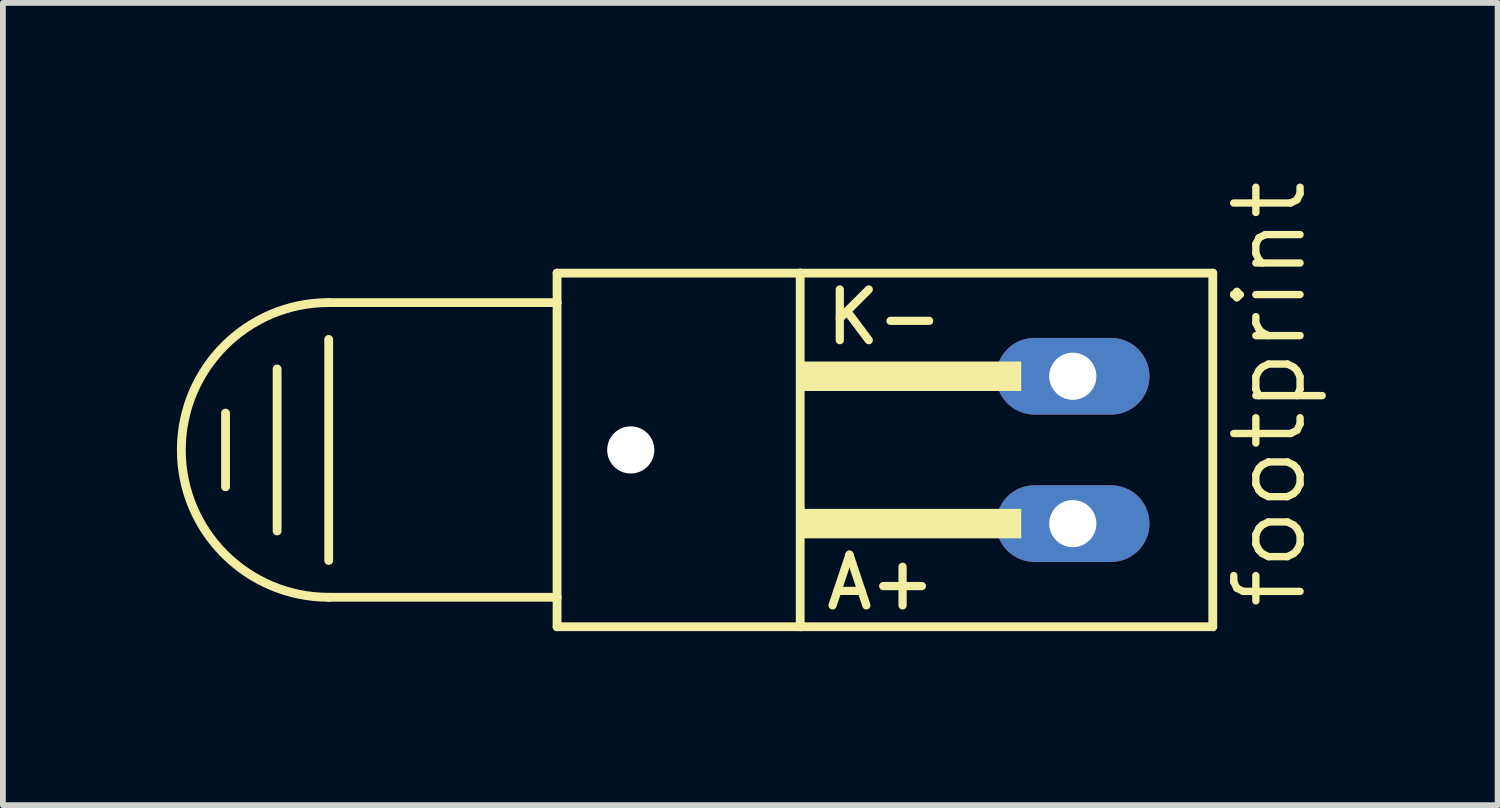
<source format=kicad_pcb>
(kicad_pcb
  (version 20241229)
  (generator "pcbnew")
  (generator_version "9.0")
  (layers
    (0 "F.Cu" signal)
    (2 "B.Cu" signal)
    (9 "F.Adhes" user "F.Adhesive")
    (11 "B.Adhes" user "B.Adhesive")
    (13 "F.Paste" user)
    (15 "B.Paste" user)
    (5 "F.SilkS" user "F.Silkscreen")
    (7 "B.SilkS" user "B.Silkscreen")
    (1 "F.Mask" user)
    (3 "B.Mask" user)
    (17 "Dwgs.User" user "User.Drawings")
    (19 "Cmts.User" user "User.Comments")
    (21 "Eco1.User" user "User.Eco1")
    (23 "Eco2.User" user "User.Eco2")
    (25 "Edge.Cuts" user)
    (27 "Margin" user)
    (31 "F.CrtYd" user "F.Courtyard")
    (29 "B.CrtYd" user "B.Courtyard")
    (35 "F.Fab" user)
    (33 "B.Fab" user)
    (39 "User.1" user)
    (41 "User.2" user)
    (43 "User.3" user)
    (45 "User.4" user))
  (footprint "footprint"
    (layer "F.Cu")
    (at 7.823 4.706)
    (property "Reference" "footprint" (at 11.684 2.794 90) (layer "F.SilkS") (effects (font (size 1.143 1.143) (thickness 0.127)) (justify left bottom)))
    (fp_line (start -6.985 -0.635) (end -6.985 0.635) (stroke (width 0.152) (type solid)) (layer "F.SilkS"))
    (fp_line (start -6.096 -1.397) (end -6.096 1.397) (stroke (width 0.152) (type solid)) (layer "F.SilkS"))
    (fp_line (start -5.207 -1.905) (end -5.207 1.905) (stroke (width 0.152) (type solid)) (layer "F.SilkS"))
    (fp_line (start -5.207 2.54) (end -1.27 2.54) (stroke (width 0.152) (type solid)) (layer "F.SilkS"))
    (fp_line (start -1.27 -2.54) (end -5.207 -2.54) (stroke (width 0.152) (type solid)) (layer "F.SilkS"))
    (fp_line (start -1.27 -2.54) (end -1.27 -3.048) (stroke (width 0.152) (type solid)) (layer "F.SilkS"))
    (fp_line (start -1.27 2.54) (end -1.27 -2.54) (stroke (width 0.152) (type solid)) (layer "F.SilkS"))
    (fp_line (start -1.27 3.048) (end -1.27 2.54) (stroke (width 0.152) (type solid)) (layer "F.SilkS"))
    (fp_line (start -1.27 3.048) (end 2.921 3.048) (stroke (width 0.152) (type solid)) (layer "F.SilkS"))
    (fp_line (start 2.921 -3.048) (end -1.27 -3.048) (stroke (width 0.152) (type solid)) (layer "F.SilkS"))
    (fp_line (start 2.921 3.048) (end 2.921 -3.048) (stroke (width 0.152) (type solid)) (layer "F.SilkS"))
    (fp_line (start 2.921 3.048) (end 10.033 3.048) (stroke (width 0.152) (type solid)) (layer "F.SilkS"))
    (fp_line (start 10.033 -3.048) (end 2.921 -3.048) (stroke (width 0.152) (type solid)) (layer "F.SilkS"))
    (fp_line (start 10.033 -3.048) (end 10.033 3.048) (stroke (width 0.152) (type solid)) (layer "F.SilkS"))
    (fp_arc (start -5.207 2.54) (mid -7.747 0) (end -5.207 -2.54) (stroke (width 0.1524) (type solid)) (layer "F.SilkS"))
    (fp_poly (pts (xy 2.921 -1.016) (xy 6.731 -1.016) (xy 6.731 -1.524) (xy 2.921 -1.524)) (stroke (width 0) (type solid)) (fill yes) (layer "F.SilkS"))
    (fp_poly (pts (xy 2.921 1.524) (xy 6.731 1.524) (xy 6.731 1.016) (xy 2.921 1.016)) (stroke (width 0) (type solid)) (fill yes) (layer "F.SilkS"))
    (fp_text user "K-" (at 3.302 -1.778 0) (layer "F.SilkS") (effects (font (size 0.874 0.874) (thickness 0.142)) (justify left bottom)))
    (fp_text user "A+" (at 3.302 2.794 0) (layer "F.SilkS") (effects (font (size 0.874 0.874) (thickness 0.142)) (justify left bottom)))
    (pad "" np_thru_hole circle (at 0 0) (size 0.813 0.813) (drill 0.813) (layers "*.Cu" "*.Mask"))
    (pad "A" thru_hole oval (at 7.62 1.27) (size 2.642 1.321) (drill 0.813) (layers "*.Cu" "*.Mask"))
    (pad "K" thru_hole oval (at 7.62 -1.27) (size 2.642 1.321) (drill 0.813) (layers "*.Cu" "*.Mask")))
  (gr_rect
    (start -3 -3)
    (end 22.766 10.83)
    (stroke (width 0.1) (type default))
    (fill no)
    (layer "Edge.Cuts")))
</source>
